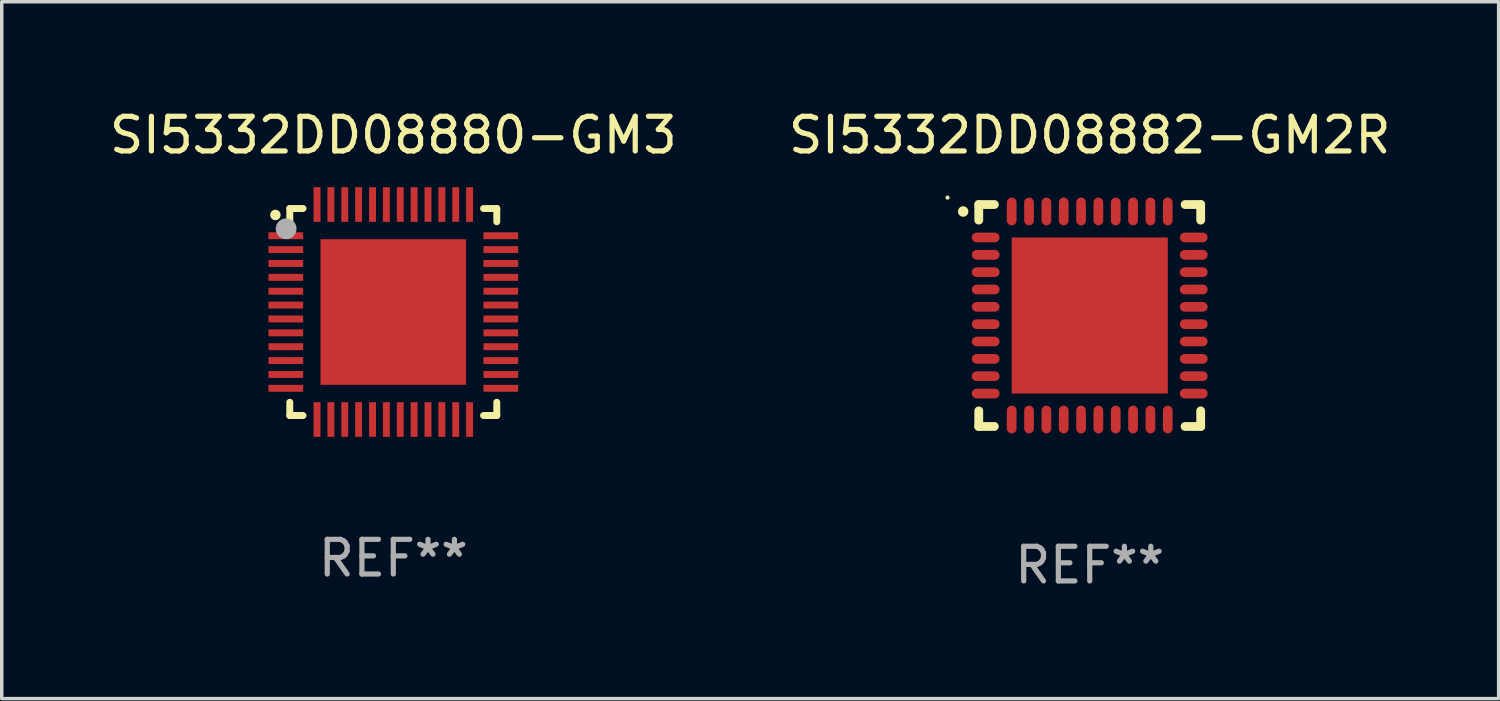
<source format=kicad_pcb>
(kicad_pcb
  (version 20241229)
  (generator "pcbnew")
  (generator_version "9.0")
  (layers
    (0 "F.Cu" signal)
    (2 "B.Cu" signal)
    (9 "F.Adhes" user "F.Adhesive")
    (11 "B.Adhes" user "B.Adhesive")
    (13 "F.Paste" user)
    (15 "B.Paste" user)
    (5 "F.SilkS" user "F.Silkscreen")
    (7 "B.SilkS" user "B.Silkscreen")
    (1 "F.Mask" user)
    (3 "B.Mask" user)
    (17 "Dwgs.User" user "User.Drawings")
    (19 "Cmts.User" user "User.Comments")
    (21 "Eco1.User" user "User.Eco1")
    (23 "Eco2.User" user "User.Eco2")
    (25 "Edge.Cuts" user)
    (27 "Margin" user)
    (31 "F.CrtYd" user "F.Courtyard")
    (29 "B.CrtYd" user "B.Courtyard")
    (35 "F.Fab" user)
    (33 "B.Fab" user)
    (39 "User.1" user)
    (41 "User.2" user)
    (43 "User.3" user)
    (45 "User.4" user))
  (footprint "SI5332DD08880-GM3"
    (layer "F.Cu")
    (at 8.292 5.948)
    (property "Reference" "SI5332DD08880-GM3" (at 0 -5.1 0) (layer "F.SilkS") (effects (font (size 1 1) (thickness 0.15))))
    (attr through_hole)
    (fp_line (start -2.985 -2.985) (end -2.604 -2.985) (stroke (width 0.2) (type solid)) (layer "F.SilkS"))
    (fp_line (start -2.985 -2.604) (end -2.985 -2.985) (stroke (width 0.2) (type solid)) (layer "F.SilkS"))
    (fp_line (start -2.985 2.984) (end -2.985 2.603) (stroke (width 0.2) (type solid)) (layer "F.SilkS"))
    (fp_line (start -2.604 2.984) (end -2.985 2.984) (stroke (width 0.2) (type solid)) (layer "F.SilkS"))
    (fp_line (start 2.603 -2.985) (end 2.984 -2.985) (stroke (width 0.2) (type solid)) (layer "F.SilkS"))
    (fp_line (start 2.984 -2.985) (end 2.984 -2.604) (stroke (width 0.2) (type solid)) (layer "F.SilkS"))
    (fp_line (start 2.984 2.603) (end 2.984 2.984) (stroke (width 0.2) (type solid)) (layer "F.SilkS"))
    (fp_line (start 2.984 2.984) (end 2.603 2.984) (stroke (width 0.2) (type solid)) (layer "F.SilkS"))
    (fp_arc (start -3.400076 -2.797562) (mid -3.400081 -2.798806) (end -3.400076 -2.800051) (stroke (width 0.3) (type solid)) (layer "F.SilkS"))
    (fp_circle (center -3 -3) (end -2.97 -3) (stroke (width 0.06) (type solid)) (fill no) (layer "F.SilkS"))
    (fp_circle (center -3.09 -2.4) (end -2.94 -2.4) (stroke (width 0.3) (type solid)) (fill no) (layer "F.Fab"))
    (fp_text user "REF**" (at 0 7.1 0) (layer "F.Fab") (effects (font (size 1 1) (thickness 0.15))))
    (pad "1" smd rect (at -3.1 -2.2) (size 1 0.2) (layers "F.Cu" "F.Mask" "F.Paste"))
    (pad "2" smd rect (at -3.1 -1.8) (size 1 0.2) (layers "F.Cu" "F.Mask" "F.Paste"))
    (pad "3" smd rect (at -3.1 -1.4) (size 1 0.2) (layers "F.Cu" "F.Mask" "F.Paste"))
    (pad "4" smd rect (at -3.1 -1) (size 1 0.2) (layers "F.Cu" "F.Mask" "F.Paste"))
    (pad "5" smd rect (at -3.1 -0.6) (size 1 0.2) (layers "F.Cu" "F.Mask" "F.Paste"))
    (pad "6" smd rect (at -3.1 -0.2) (size 1 0.2) (layers "F.Cu" "F.Mask" "F.Paste"))
    (pad "7" smd rect (at -3.1 0.2) (size 1 0.2) (layers "F.Cu" "F.Mask" "F.Paste"))
    (pad "8" smd rect (at -3.1 0.6) (size 1 0.2) (layers "F.Cu" "F.Mask" "F.Paste"))
    (pad "9" smd rect (at -3.1 1) (size 1 0.2) (layers "F.Cu" "F.Mask" "F.Paste"))
    (pad "10" smd rect (at -3.1 1.4) (size 1 0.2) (layers "F.Cu" "F.Mask" "F.Paste"))
    (pad "11" smd rect (at -3.1 1.8) (size 1 0.2) (layers "F.Cu" "F.Mask" "F.Paste"))
    (pad "12" smd rect (at -3.1 2.2) (size 1 0.2) (layers "F.Cu" "F.Mask" "F.Paste"))
    (pad "13" smd rect (at -2.2 3.1) (size 0.2 1) (layers "F.Cu" "F.Mask" "F.Paste"))
    (pad "14" smd rect (at -1.8 3.1) (size 0.2 1) (layers "F.Cu" "F.Mask" "F.Paste"))
    (pad "15" smd rect (at -1.4 3.1) (size 0.2 1) (layers "F.Cu" "F.Mask" "F.Paste"))
    (pad "16" smd rect (at -1 3.1) (size 0.2 1) (layers "F.Cu" "F.Mask" "F.Paste"))
    (pad "17" smd rect (at -0.6 3.1) (size 0.2 1) (layers "F.Cu" "F.Mask" "F.Paste"))
    (pad "18" smd rect (at -0.2 3.1) (size 0.2 1) (layers "F.Cu" "F.Mask" "F.Paste"))
    (pad "19" smd rect (at 0.2 3.1) (size 0.2 1) (layers "F.Cu" "F.Mask" "F.Paste"))
    (pad "20" smd rect (at 0.6 3.1) (size 0.2 1) (layers "F.Cu" "F.Mask" "F.Paste"))
    (pad "21" smd rect (at 1 3.1) (size 0.2 1) (layers "F.Cu" "F.Mask" "F.Paste"))
    (pad "22" smd rect (at 1.4 3.1) (size 0.2 1) (layers "F.Cu" "F.Mask" "F.Paste"))
    (pad "23" smd rect (at 1.8 3.1) (size 0.2 1) (layers "F.Cu" "F.Mask" "F.Paste"))
    (pad "24" smd rect (at 2.2 3.1) (size 0.2 1) (layers "F.Cu" "F.Mask" "F.Paste"))
    (pad "25" smd rect (at 3.1 2.2) (size 1 0.2) (layers "F.Cu" "F.Mask" "F.Paste"))
    (pad "26" smd rect (at 3.1 1.8) (size 1 0.2) (layers "F.Cu" "F.Mask" "F.Paste"))
    (pad "27" smd rect (at 3.1 1.4) (size 1 0.2) (layers "F.Cu" "F.Mask" "F.Paste"))
    (pad "28" smd rect (at 3.1 1) (size 1 0.2) (layers "F.Cu" "F.Mask" "F.Paste"))
    (pad "29" smd rect (at 3.1 0.6) (size 1 0.2) (layers "F.Cu" "F.Mask" "F.Paste"))
    (pad "30" smd rect (at 3.1 0.2) (size 1 0.2) (layers "F.Cu" "F.Mask" "F.Paste"))
    (pad "31" smd rect (at 3.1 -0.2) (size 1 0.2) (layers "F.Cu" "F.Mask" "F.Paste"))
    (pad "32" smd rect (at 3.1 -0.6) (size 1 0.2) (layers "F.Cu" "F.Mask" "F.Paste"))
    (pad "33" smd rect (at 3.1 -1) (size 1 0.2) (layers "F.Cu" "F.Mask" "F.Paste"))
    (pad "34" smd rect (at 3.1 -1.4) (size 1 0.2) (layers "F.Cu" "F.Mask" "F.Paste"))
    (pad "35" smd rect (at 3.1 -1.8) (size 1 0.2) (layers "F.Cu" "F.Mask" "F.Paste"))
    (pad "36" smd rect (at 3.1 -2.2) (size 1 0.2) (layers "F.Cu" "F.Mask" "F.Paste"))
    (pad "37" smd rect (at 2.2 -3.1) (size 0.2 1) (layers "F.Cu" "F.Mask" "F.Paste"))
    (pad "38" smd rect (at 1.8 -3.1) (size 0.2 1) (layers "F.Cu" "F.Mask" "F.Paste"))
    (pad "39" smd rect (at 1.4 -3.1) (size 0.2 1) (layers "F.Cu" "F.Mask" "F.Paste"))
    (pad "40" smd rect (at 1 -3.1) (size 0.2 1) (layers "F.Cu" "F.Mask" "F.Paste"))
    (pad "41" smd rect (at 0.6 -3.1) (size 0.2 1) (layers "F.Cu" "F.Mask" "F.Paste"))
    (pad "42" smd rect (at 0.2 -3.1) (size 0.2 1) (layers "F.Cu" "F.Mask" "F.Paste"))
    (pad "43" smd rect (at -0.2 -3.1) (size 0.2 1) (layers "F.Cu" "F.Mask" "F.Paste"))
    (pad "44" smd rect (at -0.6 -3.1) (size 0.2 1) (layers "F.Cu" "F.Mask" "F.Paste"))
    (pad "45" smd rect (at -1 -3.1) (size 0.2 1) (layers "F.Cu" "F.Mask" "F.Paste"))
    (pad "46" smd rect (at -1.4 -3.1) (size 0.2 1) (layers "F.Cu" "F.Mask" "F.Paste"))
    (pad "47" smd rect (at -1.8 -3.1) (size 0.2 1) (layers "F.Cu" "F.Mask" "F.Paste"))
    (pad "48" smd rect (at -2.2 -3.1) (size 0.2 1) (layers "F.Cu" "F.Mask" "F.Paste"))
    (pad "49" smd rect (at -0.000127 0) (size 4.2 4.2) (layers "F.Cu" "F.Mask" "F.Paste")))
  (footprint "SI5332DD08882-GM2R"
    (layer "F.Cu")
    (at 28.375 6.048)
    (property "Reference" "SI5332DD08882-GM2R" (at 0 -5.2 0) (layer "F.SilkS") (effects (font (size 1 1) (thickness 0.15))))
    (attr through_hole)
    (fp_line (start -3.2 -3.2) (end -2.75 -3.2) (stroke (width 0.254) (type solid)) (layer "F.SilkS"))
    (fp_line (start -3.2 -2.75) (end -3.2 -3.2) (stroke (width 0.254) (type solid)) (layer "F.SilkS"))
    (fp_line (start -3.2 3.2) (end -3.2 2.75) (stroke (width 0.254) (type solid)) (layer "F.SilkS"))
    (fp_line (start -2.75 3.2) (end -3.2 3.2) (stroke (width 0.254) (type solid)) (layer "F.SilkS"))
    (fp_line (start 2.75 3.2) (end 3.2 3.2) (stroke (width 0.254) (type solid)) (layer "F.SilkS"))
    (fp_line (start 3.2 -3.2) (end 2.75 -3.2) (stroke (width 0.254) (type solid)) (layer "F.SilkS"))
    (fp_line (start 3.2 -2.75) (end 3.2 -3.2) (stroke (width 0.254) (type solid)) (layer "F.SilkS"))
    (fp_line (start 3.2 3.2) (end 3.2 2.75) (stroke (width 0.254) (type solid)) (layer "F.SilkS"))
    (fp_arc (start -3.649987 -2.997206) (mid -3.649992 -2.998476) (end -3.649987 -2.999746) (stroke (width 0.3) (type solid)) (layer "F.SilkS"))
    (fp_circle (center -4.1 -3.4) (end -4.07 -3.4) (stroke (width 0.06) (type solid)) (fill no) (layer "F.SilkS"))
    (fp_text user "REF**" (at 0 7.2 0) (layer "F.Fab") (effects (font (size 1 1) (thickness 0.15))))
    (pad "1" smd oval (at -3 -2.25 90) (size 0.28 0.8) (layers "F.Cu" "F.Mask" "F.Paste"))
    (pad "2" smd oval (at -3 -1.75 90) (size 0.28 0.8) (layers "F.Cu" "F.Mask" "F.Paste"))
    (pad "3" smd oval (at -3 -1.25 90) (size 0.28 0.8) (layers "F.Cu" "F.Mask" "F.Paste"))
    (pad "4" smd oval (at -3 -0.75 90) (size 0.28 0.8) (layers "F.Cu" "F.Mask" "F.Paste"))
    (pad "5" smd oval (at -3 -0.25 90) (size 0.28 0.8) (layers "F.Cu" "F.Mask" "F.Paste"))
    (pad "6" smd oval (at -3 0.25 90) (size 0.28 0.8) (layers "F.Cu" "F.Mask" "F.Paste"))
    (pad "7" smd oval (at -3 0.75 90) (size 0.28 0.8) (layers "F.Cu" "F.Mask" "F.Paste"))
    (pad "8" smd oval (at -3 1.25 90) (size 0.28 0.8) (layers "F.Cu" "F.Mask" "F.Paste"))
    (pad "9" smd oval (at -3 1.75 90) (size 0.28 0.8) (layers "F.Cu" "F.Mask" "F.Paste"))
    (pad "10" smd oval (at -3 2.25 90) (size 0.28 0.8) (layers "F.Cu" "F.Mask" "F.Paste"))
    (pad "11" smd oval (at -2.25 3) (size 0.28 0.8) (layers "F.Cu" "F.Mask" "F.Paste"))
    (pad "12" smd oval (at -1.75 3) (size 0.28 0.8) (layers "F.Cu" "F.Mask" "F.Paste"))
    (pad "13" smd oval (at -1.25 3) (size 0.28 0.8) (layers "F.Cu" "F.Mask" "F.Paste"))
    (pad "14" smd oval (at -0.75 3) (size 0.28 0.8) (layers "F.Cu" "F.Mask" "F.Paste"))
    (pad "15" smd oval (at -0.25 3) (size 0.28 0.8) (layers "F.Cu" "F.Mask" "F.Paste"))
    (pad "16" smd oval (at 0.25 3) (size 0.28 0.8) (layers "F.Cu" "F.Mask" "F.Paste"))
    (pad "17" smd oval (at 0.75 3) (size 0.28 0.8) (layers "F.Cu" "F.Mask" "F.Paste"))
    (pad "18" smd oval (at 1.25 3) (size 0.28 0.8) (layers "F.Cu" "F.Mask" "F.Paste"))
    (pad "19" smd oval (at 1.75 3) (size 0.28 0.8) (layers "F.Cu" "F.Mask" "F.Paste"))
    (pad "20" smd oval (at 2.25 3) (size 0.28 0.8) (layers "F.Cu" "F.Mask" "F.Paste"))
    (pad "21" smd oval (at 3 2.25 90) (size 0.28 0.8) (layers "F.Cu" "F.Mask" "F.Paste"))
    (pad "22" smd oval (at 3 1.75 90) (size 0.28 0.8) (layers "F.Cu" "F.Mask" "F.Paste"))
    (pad "23" smd oval (at 3 1.25 90) (size 0.28 0.8) (layers "F.Cu" "F.Mask" "F.Paste"))
    (pad "24" smd oval (at 3 0.75 90) (size 0.28 0.8) (layers "F.Cu" "F.Mask" "F.Paste"))
    (pad "25" smd oval (at 3 0.25 90) (size 0.28 0.8) (layers "F.Cu" "F.Mask" "F.Paste"))
    (pad "26" smd oval (at 3 -0.25 90) (size 0.28 0.8) (layers "F.Cu" "F.Mask" "F.Paste"))
    (pad "27" smd oval (at 3 -0.75 90) (size 0.28 0.8) (layers "F.Cu" "F.Mask" "F.Paste"))
    (pad "28" smd oval (at 3 -1.25 90) (size 0.28 0.8) (layers "F.Cu" "F.Mask" "F.Paste"))
    (pad "29" smd oval (at 3 -1.75 90) (size 0.28 0.8) (layers "F.Cu" "F.Mask" "F.Paste"))
    (pad "30" smd oval (at 3 -2.25 90) (size 0.28 0.8) (layers "F.Cu" "F.Mask" "F.Paste"))
    (pad "31" smd oval (at 2.25 -3) (size 0.28 0.8) (layers "F.Cu" "F.Mask" "F.Paste"))
    (pad "32" smd oval (at 1.75 -3) (size 0.28 0.8) (layers "F.Cu" "F.Mask" "F.Paste"))
    (pad "33" smd oval (at 1.25 -3) (size 0.28 0.8) (layers "F.Cu" "F.Mask" "F.Paste"))
    (pad "34" smd oval (at 0.75 -3) (size 0.28 0.8) (layers "F.Cu" "F.Mask" "F.Paste"))
    (pad "35" smd oval (at 0.25 -3) (size 0.28 0.8) (layers "F.Cu" "F.Mask" "F.Paste"))
    (pad "36" smd oval (at -0.25 -3) (size 0.28 0.8) (layers "F.Cu" "F.Mask" "F.Paste"))
    (pad "37" smd oval (at -0.75 -3) (size 0.28 0.8) (layers "F.Cu" "F.Mask" "F.Paste"))
    (pad "38" smd oval (at -1.25 -3) (size 0.28 0.8) (layers "F.Cu" "F.Mask" "F.Paste"))
    (pad "39" smd oval (at -1.75 -3) (size 0.28 0.8) (layers "F.Cu" "F.Mask" "F.Paste"))
    (pad "40" smd oval (at -2.25 -3) (size 0.28 0.8) (layers "F.Cu" "F.Mask" "F.Paste"))
    (pad "41" smd rect (at 0 0) (size 4.5 4.5) (layers "F.Cu" "F.Mask" "F.Paste")))
  (gr_rect
    (start -3 -3)
    (end 40.167 17.096)
    (stroke (width 0.1) (type default))
    (fill no)
    (layer "Edge.Cuts")))
</source>
